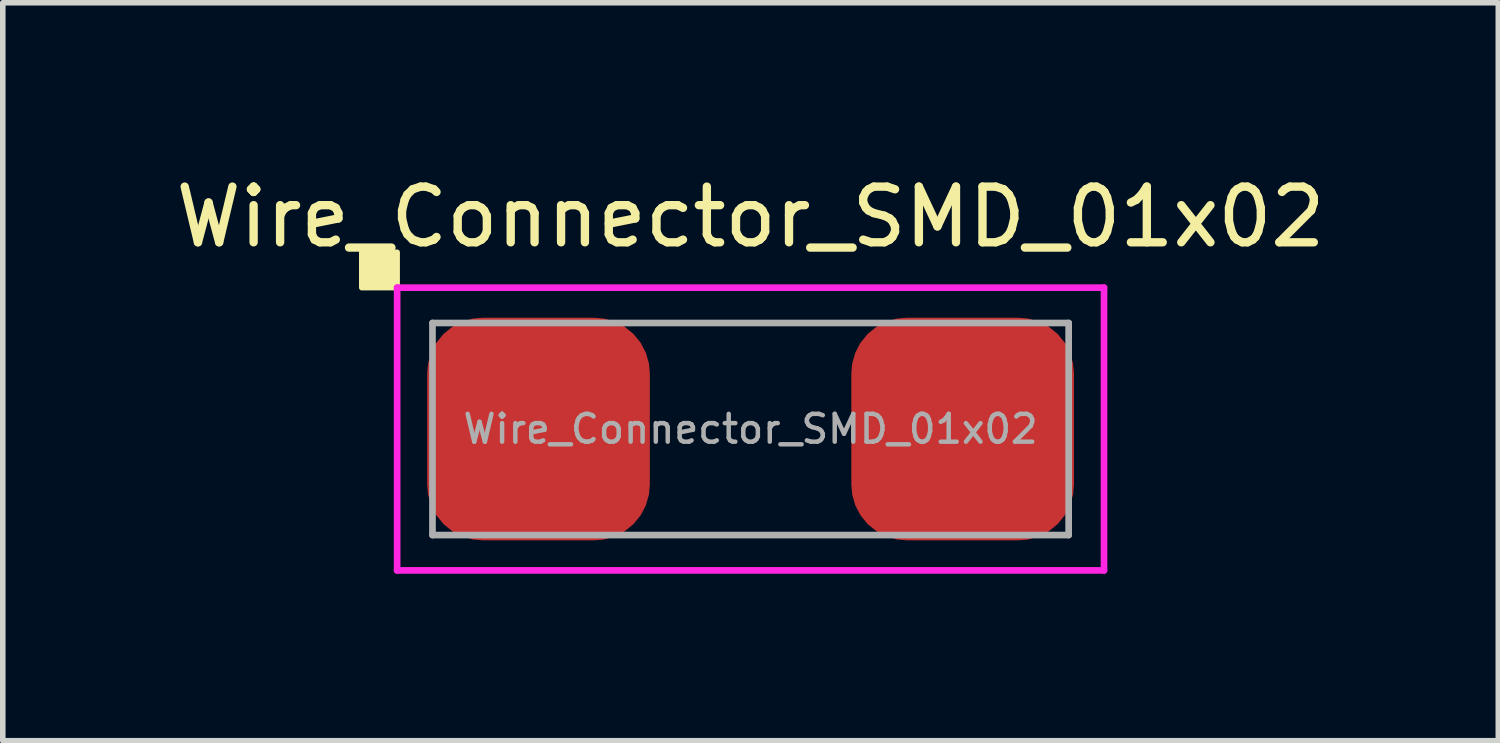
<source format=kicad_pcb>
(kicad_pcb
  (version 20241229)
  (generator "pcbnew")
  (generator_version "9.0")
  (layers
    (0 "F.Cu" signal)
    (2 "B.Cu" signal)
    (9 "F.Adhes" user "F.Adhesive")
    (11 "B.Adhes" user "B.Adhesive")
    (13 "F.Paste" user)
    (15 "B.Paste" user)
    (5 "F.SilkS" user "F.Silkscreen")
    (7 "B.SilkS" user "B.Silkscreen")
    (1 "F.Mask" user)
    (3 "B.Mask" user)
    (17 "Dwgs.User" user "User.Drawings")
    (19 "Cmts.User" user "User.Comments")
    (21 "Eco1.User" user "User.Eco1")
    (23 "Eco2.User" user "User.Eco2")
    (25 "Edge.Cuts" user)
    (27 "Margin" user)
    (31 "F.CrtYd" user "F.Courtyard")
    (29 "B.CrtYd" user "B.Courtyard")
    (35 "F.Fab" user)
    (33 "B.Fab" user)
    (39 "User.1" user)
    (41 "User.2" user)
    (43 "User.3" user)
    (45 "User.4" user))
  (footprint "Wire_Connector_SMD_01x02"
    (layer "F.Cu")
    (at 10.435 4.658)
    (property "Reference" "Wire_Connector_SMD_01x02" (at 0 -3.81 0) (layer "F.SilkS") (effects (font (size 1 1) (thickness 0.15))))
    (attr smd)
    (fp_poly (pts (xy -6.35 -2.54) (xy -6.985 -2.54) (xy -6.985 -3.175) (xy -6.35 -3.175)) (stroke (width 0.1) (type solid)) (fill yes) (layer "F.SilkS"))
    (fp_line (start -6.35 -2.54) (end 6.35 -2.54) (stroke (width 0.12) (type solid)) (layer "F.CrtYd"))
    (fp_line (start -6.35 2.54) (end -6.35 -2.54) (stroke (width 0.12) (type solid)) (layer "F.CrtYd"))
    (fp_line (start 6.35 -2.54) (end 6.35 2.54) (stroke (width 0.12) (type solid)) (layer "F.CrtYd"))
    (fp_line (start 6.35 2.54) (end -6.35 2.54) (stroke (width 0.12) (type solid)) (layer "F.CrtYd"))
    (fp_line (start -5.715 -1.905) (end 5.715 -1.905) (stroke (width 0.12) (type solid)) (layer "F.Fab"))
    (fp_line (start -5.715 1.905) (end -5.715 -1.905) (stroke (width 0.12) (type solid)) (layer "F.Fab"))
    (fp_line (start 5.715 -1.905) (end 5.715 1.905) (stroke (width 0.12) (type solid)) (layer "F.Fab"))
    (fp_line (start 5.715 1.905) (end -5.715 1.905) (stroke (width 0.12) (type solid)) (layer "F.Fab"))
    (fp_text user "${REFERENCE}" (at 0 0 0) (layer "F.Fab") (effects (font (size 0.5 0.5) (thickness 0.08))))
    (pad "1" smd roundrect (at -3.81 0) (size 4 4) (layers "F.Cu" "F.Mask" "F.Paste") (roundrect_rratio 0.25))
    (pad "2" smd roundrect (at 3.81 0) (size 4 4) (layers "F.Cu" "F.Mask" "F.Paste") (roundrect_rratio 0.25)))
  (gr_rect
    (start -3 -3)
    (end 23.869 10.258)
    (stroke (width 0.1) (type default))
    (fill no)
    (layer "Edge.Cuts")))
</source>
